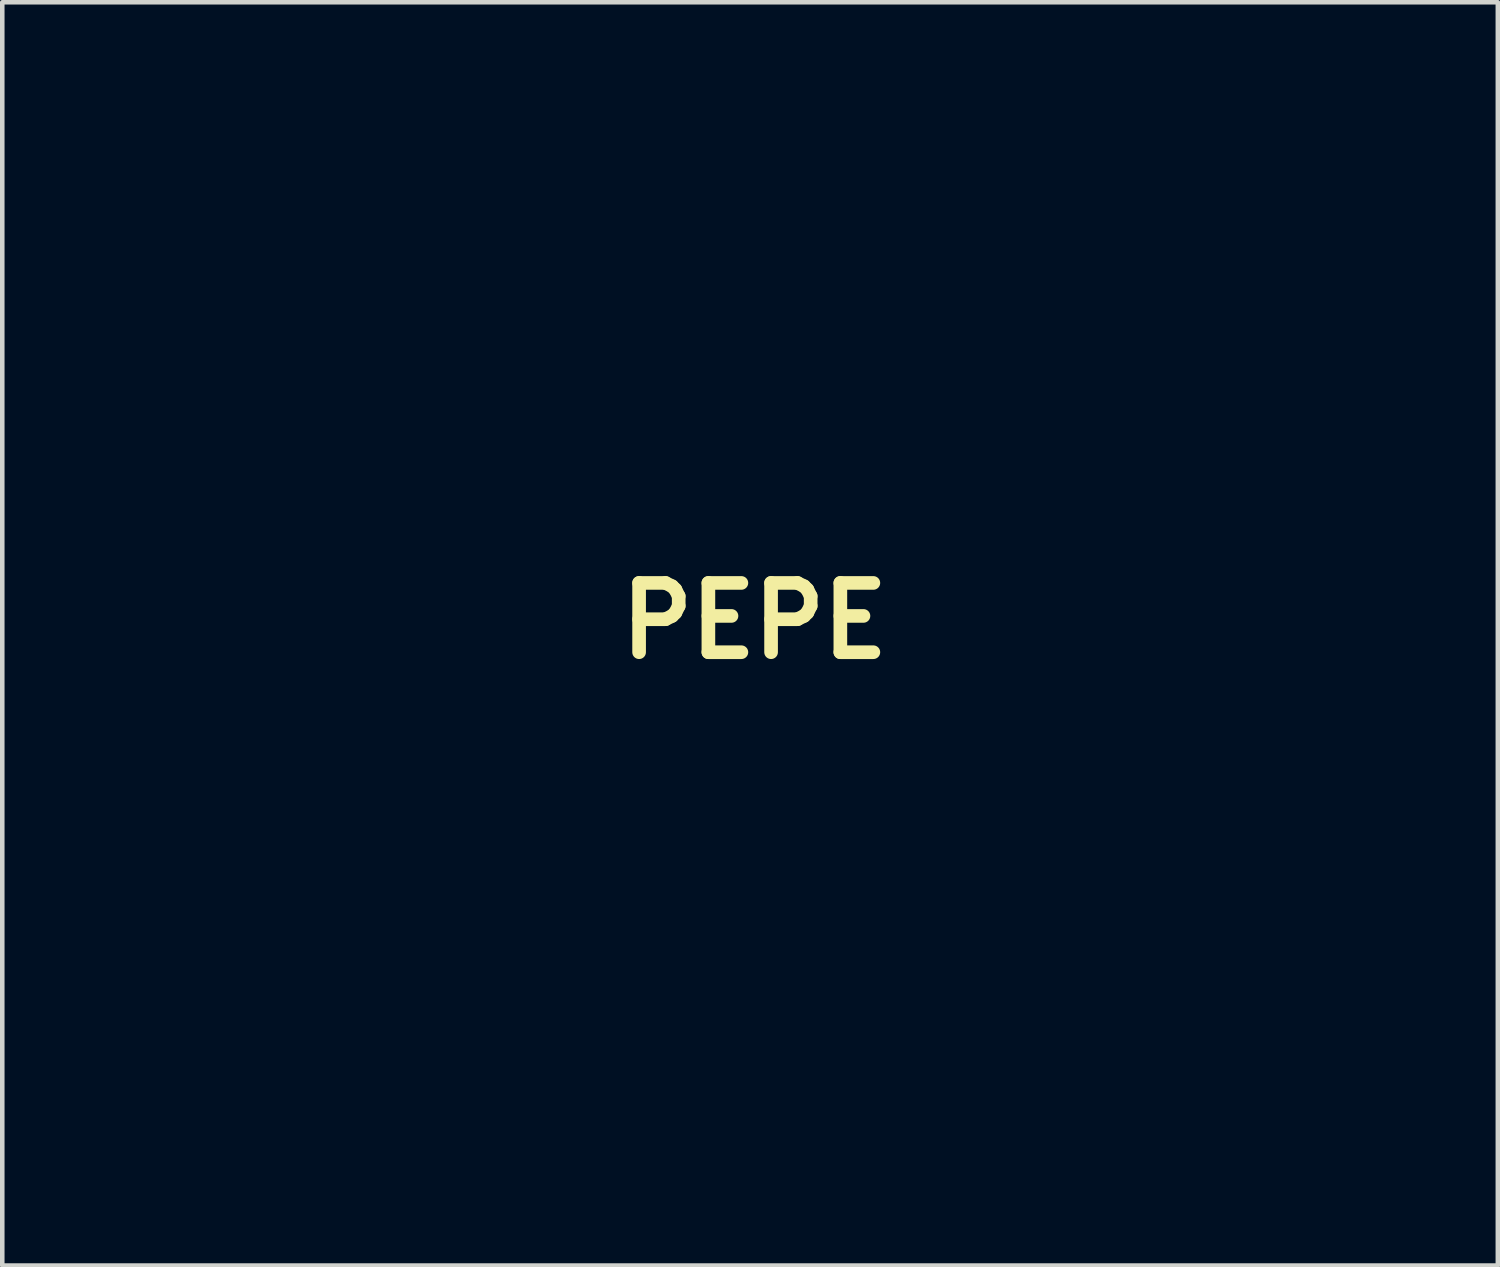
<source format=kicad_pcb>
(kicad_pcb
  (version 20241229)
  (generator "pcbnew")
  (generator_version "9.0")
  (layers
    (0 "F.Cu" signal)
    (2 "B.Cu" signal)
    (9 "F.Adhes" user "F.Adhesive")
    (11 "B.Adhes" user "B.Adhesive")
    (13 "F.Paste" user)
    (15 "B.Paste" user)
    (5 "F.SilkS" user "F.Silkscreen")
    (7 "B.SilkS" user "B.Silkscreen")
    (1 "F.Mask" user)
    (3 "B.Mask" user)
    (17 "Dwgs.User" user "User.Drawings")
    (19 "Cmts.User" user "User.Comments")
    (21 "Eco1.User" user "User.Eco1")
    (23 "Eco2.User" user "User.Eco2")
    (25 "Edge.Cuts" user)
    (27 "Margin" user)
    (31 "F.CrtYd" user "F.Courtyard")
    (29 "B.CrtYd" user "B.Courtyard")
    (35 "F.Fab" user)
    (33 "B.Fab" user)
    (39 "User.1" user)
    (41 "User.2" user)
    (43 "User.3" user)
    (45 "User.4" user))
  (footprint "PEPE"
    (layer "F.Cu")
    (at 13.548 10.607)
    (property "Reference" "PEPE" (at 0 0 0) (layer "F.SilkS") (effects (font (size 1.524 1.524) (thickness 0.3))))
    (attr through_hole)
    (fp_poly (pts (xy 3.482 -3.33) (xy 3.487 -3.315) (xy 3.429 -3.309) (xy 3.369 -3.315) (xy 3.376 -3.33) (xy 3.463 -3.336) (xy 3.482 -3.33)) (stroke (width 0.01) (type solid)) (fill no) (layer "Eco2.User"))
    (fp_poly (pts (xy 2.879 -0.26) (xy 2.844 -0.227) (xy 2.758 -0.183) (xy 2.741 -0.176) (xy 2.623 -0.128) (xy 2.469 -0.064) (xy 2.371 -0.023) (xy 2.199 0.045) (xy 1.999 0.12) (xy 1.863 0.168) (xy 1.682 0.236) (xy 1.499 0.313) (xy 1.385 0.368) (xy 1.21 0.447) (xy 1.017 0.517) (xy 0.823 0.573) (xy 0.642 0.613) (xy 0.49 0.632) (xy 0.384 0.629) (xy 0.339 0.598) (xy 0.339 0.593) (xy 0.374 0.555) (xy 0.413 0.547) (xy 0.666 0.514) (xy 0.952 0.439) (xy 1.233 0.333) (xy 1.312 0.296) (xy 1.48 0.221) (xy 1.68 0.141) (xy 1.841 0.084) (xy 2.022 0.022) (xy 2.201 -0.044) (xy 2.328 -0.095) (xy 2.493 -0.162) (xy 2.649 -0.216) (xy 2.777 -0.253) (xy 2.859 -0.268) (xy 2.879 -0.26)) (stroke (width 0.01) (type solid)) (fill no) (layer "Eco2.User"))
    (fp_poly (pts (xy -3.495 -10.596) (xy -3.161 -10.577) (xy -2.847 -10.546) (xy -2.815 -10.542) (xy -2.315 -10.461) (xy -1.88 -10.362) (xy -1.492 -10.238) (xy -1.198 -10.116) (xy -0.994 -10.017) (xy -0.824 -9.922) (xy -0.668 -9.817) (xy -0.507 -9.686) (xy -0.322 -9.517) (xy -0.169 -9.37) (xy 0.191 -9.018) (xy 0.318 -9.104) (xy 0.437 -9.176) (xy 0.584 -9.252) (xy 0.635 -9.276) (xy 0.793 -9.348) (xy 0.953 -9.421) (xy 0.995 -9.44) (xy 1.259 -9.557) (xy 1.471 -9.645) (xy 1.656 -9.712) (xy 1.806 -9.759) (xy 2.093 -9.841) (xy 2.351 -9.907) (xy 2.593 -9.959) (xy 2.834 -9.998) (xy 3.087 -10.026) (xy 3.366 -10.044) (xy 3.685 -10.053) (xy 4.058 -10.056) (xy 4.498 -10.052) (xy 4.614 -10.051) (xy 4.999 -10.045) (xy 5.311 -10.04) (xy 5.562 -10.035) (xy 5.766 -10.028) (xy 5.934 -10.021) (xy 6.078 -10.011) (xy 6.21 -9.998) (xy 6.343 -9.982) (xy 6.49 -9.961) (xy 6.548 -9.953) (xy 6.788 -9.908) (xy 7.071 -9.84) (xy 7.379 -9.752) (xy 7.696 -9.652) (xy 8.008 -9.545) (xy 8.296 -9.435) (xy 8.547 -9.329) (xy 8.742 -9.232) (xy 8.841 -9.17) (xy 9.013 -9.01) (xy 9.172 -8.803) (xy 9.305 -8.572) (xy 9.399 -8.341) (xy 9.44 -8.133) (xy 9.44 -8.105) (xy 9.45 -7.984) (xy 9.475 -7.817) (xy 9.509 -7.647) (xy 9.557 -7.434) (xy 9.594 -7.289) (xy 9.625 -7.202) (xy 9.656 -7.157) (xy 9.696 -7.142) (xy 9.75 -7.145) (xy 9.766 -7.146) (xy 9.865 -7.145) (xy 10.02 -7.13) (xy 10.202 -7.105) (xy 10.267 -7.094) (xy 10.582 -7.019) (xy 10.872 -6.913) (xy 11.12 -6.783) (xy 11.31 -6.638) (xy 11.396 -6.536) (xy 11.498 -6.408) (xy 11.614 -6.296) (xy 11.651 -6.268) (xy 11.79 -6.142) (xy 11.953 -5.941) (xy 12.136 -5.67) (xy 12.336 -5.335) (xy 12.343 -5.323) (xy 12.445 -5.148) (xy 12.522 -5.033) (xy 12.587 -4.964) (xy 12.655 -4.925) (xy 12.7 -4.91) (xy 12.84 -4.863) (xy 12.925 -4.807) (xy 12.985 -4.715) (xy 13.016 -4.645) (xy 13.049 -4.527) (xy 13.074 -4.367) (xy 13.088 -4.193) (xy 13.091 -4.03) (xy 13.08 -3.906) (xy 13.064 -3.859) (xy 13.061 -3.788) (xy 13.099 -3.704) (xy 13.242 -3.413) (xy 13.326 -3.079) (xy 13.344 -2.837) (xy 13.339 -2.643) (xy 13.315 -2.49) (xy 13.26 -2.333) (xy 13.216 -2.232) (xy 13.138 -2.073) (xy 13.06 -1.93) (xy 12.998 -1.834) (xy 12.997 -1.833) (xy 12.948 -1.752) (xy 12.943 -1.7) (xy 12.946 -1.697) (xy 13.011 -1.619) (xy 13.062 -1.499) (xy 13.081 -1.387) (xy 13.044 -1.282) (xy 12.938 -1.154) (xy 12.772 -1.012) (xy 12.642 -0.919) (xy 12.521 -0.821) (xy 12.42 -0.71) (xy 12.399 -0.68) (xy 12.262 -0.527) (xy 12.063 -0.4) (xy 11.894 -0.334) (xy 11.744 -0.288) (xy 11.761 -0.024) (xy 11.767 0.119) (xy 11.754 0.215) (xy 11.708 0.29) (xy 11.616 0.367) (xy 11.488 0.454) (xy 11.445 0.486) (xy 11.47 0.484) (xy 11.528 0.465) (xy 11.649 0.438) (xy 11.797 0.424) (xy 11.83 0.423) (xy 11.979 0.448) (xy 12.081 0.526) (xy 12.145 0.669) (xy 12.174 0.861) (xy 12.155 1.113) (xy 12.061 1.348) (xy 11.902 1.554) (xy 11.69 1.721) (xy 11.433 1.835) (xy 11.327 1.862) (xy 11.179 1.885) (xy 10.985 1.907) (xy 10.782 1.922) (xy 10.753 1.924) (xy 10.585 1.932) (xy 10.451 1.94) (xy 10.371 1.944) (xy 10.36 1.945) (xy 10.345 1.981) (xy 10.353 2.049) (xy 10.348 2.18) (xy 10.287 2.316) (xy 10.189 2.421) (xy 10.153 2.442) (xy 9.997 2.509) (xy 9.846 2.554) (xy 9.675 2.58) (xy 9.456 2.595) (xy 9.353 2.598) (xy 9.153 2.605) (xy 9.019 2.615) (xy 8.93 2.633) (xy 8.865 2.665) (xy 8.806 2.714) (xy 8.782 2.737) (xy 8.702 2.827) (xy 8.592 2.965) (xy 8.471 3.128) (xy 8.405 3.22) (xy 8.276 3.401) (xy 8.142 3.582) (xy 8.025 3.736) (xy 7.983 3.789) (xy 7.86 3.929) (xy 7.709 4.087) (xy 7.545 4.246) (xy 7.386 4.391) (xy 7.249 4.505) (xy 7.152 4.572) (xy 7.15 4.573) (xy 7.058 4.626) (xy 6.928 4.703) (xy 6.837 4.761) (xy 6.681 4.86) (xy 6.519 4.962) (xy 6.446 5.009) (xy 6.331 5.096) (xy 6.296 5.17) (xy 6.341 5.242) (xy 6.453 5.317) (xy 6.631 5.42) (xy 6.833 5.541) (xy 7.044 5.669) (xy 7.249 5.797) (xy 7.436 5.914) (xy 7.588 6.013) (xy 7.691 6.083) (xy 7.726 6.11) (xy 7.801 6.173) (xy 7.92 6.266) (xy 8.06 6.371) (xy 8.075 6.383) (xy 8.366 6.64) (xy 8.629 6.953) (xy 8.821 7.26) (xy 8.886 7.382) (xy 8.947 7.493) (xy 9.017 7.615) (xy 9.107 7.771) (xy 9.196 7.923) (xy 9.253 8.036) (xy 9.328 8.208) (xy 9.412 8.418) (xy 9.496 8.645) (xy 9.518 8.706) (xy 9.614 8.994) (xy 9.687 9.254) (xy 9.739 9.505) (xy 9.773 9.765) (xy 9.791 10.054) (xy 9.795 10.388) (xy 9.789 10.788) (xy 9.789 10.806) (xy 9.781 10.989) (xy 9.768 11.103) (xy 9.747 11.16) (xy 9.715 11.176) (xy 9.691 11.165) (xy 9.674 11.126) (xy 9.664 11.046) (xy 9.659 10.914) (xy 9.659 10.718) (xy 9.662 10.509) (xy 9.664 10.118) (xy 9.654 9.798) (xy 9.632 9.534) (xy 9.596 9.314) (xy 9.545 9.124) (xy 9.52 9.053) (xy 9.462 8.894) (xy 9.393 8.698) (xy 9.33 8.513) (xy 9.268 8.355) (xy 9.176 8.149) (xy 9.064 7.921) (xy 8.945 7.697) (xy 8.93 7.671) (xy 8.825 7.482) (xy 8.737 7.32) (xy 8.672 7.199) (xy 8.639 7.133) (xy 8.636 7.125) (xy 8.611 7.075) (xy 8.546 6.985) (xy 8.461 6.877) (xy 8.371 6.772) (xy 8.298 6.696) (xy 8.169 6.587) (xy 7.991 6.447) (xy 7.783 6.292) (xy 7.566 6.136) (xy 7.362 5.996) (xy 7.192 5.886) (xy 7.154 5.863) (xy 6.927 5.726) (xy 6.713 5.591) (xy 6.524 5.467) (xy 6.377 5.363) (xy 6.283 5.289) (xy 6.264 5.269) (xy 6.225 5.238) (xy 6.181 5.253) (xy 6.112 5.325) (xy 6.08 5.364) (xy 5.782 5.701) (xy 5.459 6.014) (xy 5.137 6.278) (xy 5.107 6.3) (xy 4.942 6.42) (xy 4.786 6.537) (xy 4.665 6.632) (xy 4.628 6.662) (xy 4.473 6.78) (xy 4.274 6.912) (xy 4.047 7.049) (xy 3.806 7.183) (xy 3.566 7.306) (xy 3.344 7.41) (xy 3.154 7.487) (xy 3.012 7.53) (xy 2.963 7.535) (xy 2.879 7.549) (xy 2.75 7.584) (xy 2.658 7.614) (xy 2.265 7.74) (xy 1.814 7.863) (xy 1.33 7.978) (xy 0.841 8.077) (xy 0.674 8.106) (xy 0.451 8.143) (xy 0.249 8.174) (xy 0.056 8.199) (xy -0.138 8.218) (xy -0.344 8.233) (xy -0.574 8.244) (xy -0.838 8.252) (xy -1.148 8.256) (xy -1.515 8.259) (xy -1.95 8.259) (xy -2.201 8.259) (xy -2.792 8.257) (xy -3.303 8.252) (xy -3.738 8.243) (xy -4.102 8.231) (xy -4.399 8.215) (xy -4.635 8.194) (xy -4.812 8.17) (xy -4.937 8.141) (xy -4.964 8.132) (xy -5.054 8.108) (xy -5.201 8.078) (xy -5.377 8.05) (xy -5.424 8.043) (xy -5.643 8.01) (xy -5.895 7.966) (xy -6.13 7.921) (xy -6.16 7.915) (xy -6.394 7.871) (xy -6.658 7.827) (xy -6.898 7.793) (xy -6.921 7.79) (xy -7.07 7.771) (xy -7.198 7.751) (xy -7.322 7.727) (xy -7.461 7.694) (xy -7.631 7.648) (xy -7.85 7.586) (xy -8.086 7.517) (xy -8.285 7.459) (xy -8.487 7.401) (xy -8.653 7.354) (xy -8.678 7.346) (xy -8.919 7.275) (xy -9.161 7.195) (xy -9.385 7.114) (xy -9.57 7.039) (xy -9.698 6.978) (xy -9.716 6.967) (xy -9.908 6.846) (xy -10.052 6.758) (xy -10.169 6.69) (xy -10.281 6.63) (xy -10.396 6.571) (xy -10.691 6.401) (xy -10.914 6.222) (xy -11.08 6.021) (xy -11.178 5.842) (xy -11.241 5.684) (xy -11.287 5.538) (xy -11.305 5.44) (xy -11.254 5.44) (xy -11.245 5.484) (xy -11.204 5.585) (xy -11.139 5.723) (xy -11.109 5.784) (xy -10.964 6.029) (xy -10.804 6.214) (xy -10.606 6.362) (xy -10.414 6.464) (xy -10.26 6.543) (xy -10.074 6.646) (xy -9.892 6.753) (xy -9.877 6.762) (xy -9.654 6.882) (xy -9.377 7.006) (xy -9.074 7.122) (xy -8.777 7.219) (xy -8.7 7.24) (xy -8.601 7.268) (xy -8.448 7.312) (xy -8.271 7.364) (xy -8.213 7.381) (xy -8.03 7.434) (xy -7.861 7.479) (xy -7.734 7.509) (xy -7.708 7.514) (xy -7.602 7.536) (xy -7.535 7.557) (xy -7.532 7.559) (xy -7.473 7.577) (xy -7.35 7.604) (xy -7.186 7.635) (xy -7.001 7.668) (xy -6.816 7.697) (xy -6.651 7.72) (xy -6.604 7.726) (xy -6.446 7.748) (xy -6.302 7.774) (xy -6.244 7.789) (xy -6.17 7.808) (xy -6.081 7.828) (xy -5.962 7.849) (xy -5.798 7.875) (xy -5.576 7.908) (xy -5.376 7.936) (xy -5.225 7.962) (xy -5.042 7.999) (xy -4.932 8.023) (xy -4.738 8.063) (xy -4.526 8.097) (xy -4.424 8.11) (xy -4.287 8.126) (xy -4.189 8.141) (xy -4.154 8.151) (xy -4.11 8.154) (xy -3.99 8.158) (xy -3.802 8.16) (xy -3.557 8.163) (xy -3.262 8.165) (xy -2.926 8.166) (xy -2.558 8.167) (xy -2.334 8.168) (xy -1.878 8.168) (xy -1.497 8.166) (xy -1.179 8.164) (xy -0.915 8.159) (xy -0.694 8.153) (xy -0.506 8.144) (xy -0.34 8.131) (xy -0.185 8.116) (xy -0.033 8.097) (xy 0.064 8.084) (xy 0.443 8.025) (xy 0.828 7.959) (xy 1.2 7.888) (xy 1.538 7.817) (xy 1.825 7.75) (xy 1.99 7.705) (xy 2.322 7.607) (xy 2.585 7.529) (xy 2.791 7.468) (xy 2.951 7.419) (xy 3.079 7.379) (xy 3.187 7.344) (xy 3.275 7.314) (xy 3.515 7.219) (xy 3.793 7.086) (xy 4.079 6.93) (xy 4.246 6.829) (xy 4.368 6.747) (xy 4.534 6.629) (xy 4.728 6.485) (xy 4.935 6.328) (xy 5.139 6.169) (xy 5.326 6.021) (xy 5.479 5.896) (xy 5.584 5.804) (xy 5.603 5.786) (xy 5.706 5.677) (xy 5.816 5.551) (xy 5.92 5.425) (xy 6.002 5.318) (xy 6.048 5.248) (xy 6.054 5.234) (xy 6.019 5.238) (xy 5.927 5.275) (xy 5.796 5.336) (xy 5.756 5.356) (xy 5.566 5.447) (xy 5.361 5.538) (xy 5.195 5.605) (xy 5.051 5.66) (xy 4.854 5.734) (xy 4.63 5.819) (xy 4.404 5.905) (xy 4.403 5.905) (xy 3.718 6.143) (xy 3.015 6.347) (xy 2.316 6.513) (xy 1.645 6.634) (xy 1.228 6.687) (xy 1.031 6.703) (xy 0.767 6.719) (xy 0.446 6.733) (xy 0.076 6.747) (xy -0.336 6.76) (xy -0.78 6.771) (xy -1.249 6.782) (xy -1.734 6.791) (xy -2.227 6.798) (xy -2.72 6.804) (xy -3.203 6.808) (xy -3.669 6.811) (xy -4.11 6.812) (xy -4.517 6.811) (xy -4.882 6.807) (xy -5.196 6.802) (xy -5.451 6.795) (xy -5.639 6.785) (xy -5.751 6.772) (xy -5.757 6.771) (xy -5.926 6.738) (xy -6.154 6.699) (xy -6.451 6.653) (xy -6.604 6.63) (xy -6.712 6.61) (xy -6.896 6.572) (xy -7.156 6.513) (xy -7.495 6.435) (xy -7.684 6.391) (xy -8.06 6.307) (xy -8.377 6.247) (xy -8.656 6.206) (xy -8.721 6.199) (xy -8.89 6.18) (xy -9.025 6.161) (xy -9.15 6.138) (xy -9.289 6.104) (xy -9.466 6.056) (xy -9.631 6.009) (xy -10.009 5.9) (xy -10.316 5.806) (xy -10.562 5.724) (xy -10.759 5.651) (xy -10.917 5.583) (xy -11.003 5.54) (xy -11.127 5.48) (xy -11.218 5.444) (xy -11.254 5.44) (xy -11.305 5.44) (xy -11.305 5.44) (xy -11.314 5.368) (xy -11.329 5.362) (xy -11.331 5.366) (xy -11.387 5.415) (xy -11.41 5.419) (xy -11.466 5.444) (xy -11.573 5.511) (xy -11.715 5.61) (xy -11.876 5.73) (xy -12.041 5.859) (xy -12.105 5.912) (xy -12.178 5.969) (xy -12.287 6.05) (xy -12.34 6.088) (xy -12.534 6.275) (xy -12.712 6.544) (xy -12.874 6.893) (xy -13.02 7.323) (xy -13.15 7.83) (xy -13.263 8.414) (xy -13.307 8.7) (xy -13.329 8.835) (xy -13.354 8.975) (xy -13.378 9.101) (xy -13.397 9.204) (xy -13.398 9.207) (xy -13.402 9.273) (xy -13.407 9.41) (xy -13.411 9.605) (xy -13.414 9.844) (xy -13.416 10.113) (xy -13.416 10.234) (xy -13.418 10.543) (xy -13.421 10.776) (xy -13.426 10.946) (xy -13.434 11.06) (xy -13.446 11.13) (xy -13.462 11.165) (xy -13.484 11.176) (xy -13.486 11.176) (xy -13.507 11.169) (xy -13.523 11.14) (xy -13.534 11.08) (xy -13.54 10.979) (xy -13.543 10.828) (xy -13.542 10.617) (xy -13.538 10.336) (xy -13.534 10.149) (xy -13.527 9.846) (xy -13.517 9.557) (xy -13.504 9.296) (xy -13.49 9.08) (xy -13.476 8.924) (xy -13.468 8.869) (xy -13.442 8.731) (xy -13.405 8.534) (xy -13.361 8.303) (xy -13.316 8.063) (xy -13.308 8.023) (xy -13.184 7.475) (xy -13.032 7.003) (xy -12.85 6.604) (xy -12.637 6.272) (xy -12.609 6.236) (xy -12.527 6.151) (xy -12.401 6.037) (xy -12.244 5.905) (xy -12.072 5.768) (xy -11.898 5.636) (xy -11.738 5.521) (xy -11.605 5.433) (xy -11.515 5.383) (xy -11.49 5.376) (xy -11.446 5.371) (xy -11.44 5.348) (xy -11.481 5.295) (xy -11.574 5.203) (xy -11.641 5.14) (xy -11.863 4.903) (xy -12.048 4.638) (xy -12.199 4.337) (xy -12.316 3.993) (xy -12.404 3.597) (xy -12.463 3.141) (xy -12.498 2.617) (xy -12.508 2.202) (xy -12.508 2.159) (xy -12.382 2.159) (xy -12.38 2.435) (xy -12.376 2.695) (xy -12.369 2.921) (xy -12.36 3.098) (xy -12.35 3.209) (xy -12.348 3.217) (xy -12.293 3.529) (xy -12.246 3.77) (xy -12.206 3.956) (xy -12.169 4.101) (xy -12.132 4.218) (xy -12.116 4.264) (xy -12.033 4.445) (xy -11.919 4.645) (xy -11.793 4.834) (xy -11.673 4.984) (xy -11.633 5.025) (xy -11.517 5.115) (xy -11.348 5.227) (xy -11.15 5.346) (xy -10.947 5.458) (xy -10.764 5.549) (xy -10.631 5.604) (xy -10.321 5.701) (xy -9.993 5.797) (xy -9.665 5.887) (xy -9.353 5.967) (xy -9.075 6.032) (xy -8.848 6.077) (xy -8.73 6.095) (xy -8.458 6.135) (xy -8.123 6.196) (xy -7.72 6.281) (xy -7.243 6.389) (xy -7.133 6.415) (xy -6.945 6.456) (xy -6.717 6.5) (xy -6.493 6.538) (xy -6.456 6.543) (xy -6.229 6.579) (xy -5.981 6.621) (xy -5.762 6.66) (xy -5.736 6.665) (xy -5.649 6.679) (xy -5.547 6.691) (xy -5.422 6.7) (xy -5.268 6.708) (xy -5.076 6.713) (xy -4.839 6.716) (xy -4.55 6.717) (xy -4.202 6.717) (xy -3.787 6.715) (xy -3.298 6.711) (xy -3.069 6.709) (xy -2.593 6.705) (xy -2.11 6.699) (xy -1.633 6.692) (xy -1.175 6.684) (xy -0.749 6.676) (xy -0.366 6.667) (xy -0.04 6.658) (xy 0.216 6.65) (xy 0.257 6.648) (xy 0.621 6.632) (xy 0.912 6.618) (xy 1.141 6.604) (xy 1.32 6.589) (xy 1.46 6.573) (xy 1.572 6.555) (xy 1.668 6.533) (xy 1.714 6.52) (xy 1.839 6.49) (xy 1.992 6.462) (xy 2.032 6.456) (xy 2.257 6.421) (xy 2.466 6.384) (xy 2.673 6.339) (xy 2.893 6.282) (xy 3.141 6.21) (xy 3.433 6.12) (xy 3.783 6.006) (xy 3.958 5.947) (xy 4.42 5.791) (xy 4.814 5.651) (xy 5.155 5.522) (xy 5.458 5.396) (xy 5.736 5.268) (xy 6.004 5.131) (xy 6.275 4.979) (xy 6.565 4.805) (xy 6.668 4.742) (xy 6.829 4.644) (xy 6.983 4.553) (xy 7.099 4.487) (xy 7.112 4.48) (xy 7.24 4.394) (xy 7.402 4.257) (xy 7.583 4.085) (xy 7.766 3.894) (xy 7.935 3.7) (xy 8.073 3.521) (xy 8.234 3.299) (xy 8.391 3.091) (xy 8.534 2.91) (xy 8.656 2.766) (xy 8.746 2.671) (xy 8.789 2.638) (xy 8.827 2.6) (xy 8.794 2.552) (xy 8.699 2.501) (xy 8.56 2.458) (xy 8.366 2.416) (xy 8.168 2.383) (xy 7.951 2.357) (xy 7.705 2.338) (xy 7.415 2.325) (xy 7.07 2.317) (xy 6.657 2.312) (xy 6.519 2.311) (xy 5.609 2.307) (xy 5.038 2.471) (xy 4.759 2.55) (xy 4.441 2.639) (xy 4.126 2.727) (xy 3.895 2.79) (xy 3.675 2.853) (xy 3.475 2.914) (xy 3.313 2.967) (xy 3.21 3.007) (xy 3.196 3.013) (xy 3.092 3.056) (xy 2.936 3.104) (xy 2.763 3.149) (xy 2.752 3.151) (xy 2.579 3.193) (xy 2.357 3.252) (xy 2.116 3.318) (xy 1.926 3.373) (xy 1.404 3.517) (xy 0.911 3.627) (xy 0.419 3.71) (xy -0.1 3.769) (xy -0.673 3.808) (xy -0.699 3.81) (xy -1.238 3.833) (xy -1.7 3.845) (xy -2.091 3.844) (xy -2.418 3.83) (xy -2.689 3.8) (xy -2.909 3.755) (xy -3.085 3.692) (xy -3.224 3.612) (xy -3.333 3.512) (xy -3.419 3.393) (xy -3.472 3.294) (xy -3.507 3.198) (xy -3.529 3.083) (xy -3.542 2.925) (xy -3.55 2.738) (xy -3.55 2.668) (xy -3.449 2.668) (xy -3.447 2.896) (xy -3.44 3.057) (xy -3.427 3.171) (xy -3.403 3.254) (xy -3.368 3.327) (xy -3.355 3.349) (xy -3.283 3.446) (xy -3.194 3.521) (xy -3.073 3.581) (xy -2.901 3.633) (xy -2.663 3.685) (xy -2.646 3.689) (xy -2.4 3.724) (xy -2.082 3.744) (xy -1.69 3.749) (xy -1.22 3.739) (xy -0.671 3.715) (xy -0.423 3.701) (xy -0.123 3.681) (xy 0.106 3.66) (xy 0.279 3.636) (xy 0.408 3.609) (xy 0.445 3.599) (xy 0.55 3.574) (xy 0.706 3.545) (xy 0.881 3.518) (xy 0.889 3.517) (xy 1.052 3.488) (xy 1.269 3.439) (xy 1.512 3.376) (xy 1.755 3.307) (xy 1.778 3.3) (xy 2.016 3.23) (xy 2.256 3.164) (xy 2.469 3.109) (xy 2.632 3.072) (xy 2.646 3.069) (xy 2.849 3.02) (xy 3.068 2.953) (xy 3.21 2.901) (xy 3.384 2.836) (xy 3.562 2.779) (xy 3.676 2.75) (xy 3.826 2.716) (xy 4.01 2.667) (xy 4.149 2.628) (xy 4.308 2.581) (xy 4.518 2.521) (xy 4.746 2.457) (xy 4.889 2.417) (xy 5.088 2.361) (xy 5.267 2.31) (xy 5.404 2.27) (xy 5.469 2.249) (xy 5.578 2.229) (xy 5.757 2.216) (xy 5.994 2.208) (xy 6.274 2.206) (xy 6.586 2.21) (xy 6.915 2.217) (xy 7.248 2.23) (xy 7.572 2.246) (xy 7.873 2.265) (xy 8.137 2.288) (xy 8.353 2.313) (xy 8.505 2.34) (xy 8.531 2.347) (xy 8.755 2.409) (xy 8.936 2.448) (xy 9.107 2.467) (xy 9.306 2.473) (xy 9.408 2.472) (xy 9.66 2.457) (xy 9.876 2.419) (xy 10.044 2.365) (xy 10.15 2.296) (xy 10.177 2.252) (xy 10.221 2.067) (xy 10.232 1.931) (xy 10.211 1.855) (xy 10.196 1.845) (xy 10.141 1.84) (xy 10.011 1.833) (xy 9.82 1.826) (xy 9.578 1.819) (xy 9.297 1.812) (xy 8.987 1.805) (xy 8.932 1.804) (xy 8.561 1.796) (xy 8.26 1.788) (xy 8.013 1.777) (xy 7.805 1.762) (xy 7.622 1.741) (xy 7.448 1.712) (xy 7.269 1.673) (xy 7.069 1.623) (xy 6.833 1.561) (xy 6.816 1.556) (xy 6.615 1.512) (xy 6.376 1.48) (xy 6.082 1.459) (xy 5.863 1.45) (xy 5.589 1.444) (xy 5.369 1.445) (xy 5.173 1.458) (xy 4.971 1.482) (xy 4.732 1.522) (xy 4.628 1.541) (xy 4.213 1.63) (xy 3.867 1.729) (xy 3.685 1.798) (xy 3.488 1.879) (xy 3.25 1.97) (xy 3.01 2.058) (xy 2.91 2.093) (xy 2.701 2.165) (xy 2.494 2.238) (xy 2.319 2.301) (xy 2.244 2.33) (xy 1.902 2.459) (xy 1.618 2.56) (xy 1.374 2.636) (xy 1.149 2.691) (xy 0.924 2.729) (xy 0.68 2.754) (xy 0.397 2.77) (xy 0.055 2.781) (xy -0.032 2.784) (xy -0.361 2.79) (xy -0.613 2.792) (xy -0.793 2.789) (xy -0.908 2.781) (xy -0.965 2.768) (xy -0.974 2.758) (xy -0.94 2.735) (xy -0.836 2.72) (xy -0.657 2.71) (xy -0.434 2.707) (xy -0.078 2.704) (xy 0.226 2.696) (xy 0.494 2.68) (xy 0.739 2.654) (xy 0.976 2.613) (xy 1.221 2.557) (xy 1.486 2.48) (xy 1.789 2.381) (xy 2.142 2.257) (xy 2.519 2.12) (xy 2.706 2.053) (xy 2.866 1.998) (xy 2.982 1.961) (xy 3.033 1.948) (xy 3.089 1.932) (xy 3.205 1.887) (xy 3.364 1.821) (xy 3.548 1.741) (xy 3.885 1.606) (xy 4.219 1.503) (xy 4.566 1.43) (xy 4.947 1.383) (xy 5.378 1.359) (xy 5.732 1.355) (xy 6.019 1.356) (xy 6.24 1.361) (xy 6.415 1.372) (xy 6.562 1.39) (xy 6.7 1.416) (xy 6.849 1.453) (xy 6.85 1.454) (xy 7.103 1.521) (xy 7.321 1.575) (xy 7.517 1.617) (xy 7.708 1.65) (xy 7.907 1.675) (xy 8.131 1.694) (xy 8.395 1.71) (xy 8.713 1.724) (xy 9.1 1.737) (xy 9.102 1.737) (xy 9.432 1.749) (xy 9.746 1.761) (xy 10.03 1.773) (xy 10.273 1.784) (xy 10.459 1.794) (xy 10.576 1.802) (xy 10.589 1.803) (xy 10.818 1.807) (xy 11.072 1.781) (xy 11.324 1.729) (xy 11.545 1.658) (xy 11.705 1.576) (xy 11.883 1.401) (xy 12.001 1.17) (xy 12.054 0.91) (xy 12.056 0.747) (xy 12.024 0.635) (xy 11.951 0.569) (xy 11.829 0.549) (xy 11.65 0.572) (xy 11.405 0.635) (xy 11.284 0.672) (xy 11.133 0.718) (xy 11.008 0.752) (xy 10.891 0.776) (xy 10.765 0.791) (xy 10.611 0.799) (xy 10.413 0.803) (xy 10.153 0.804) (xy 10.056 0.804) (xy 9.665 0.799) (xy 9.352 0.786) (xy 9.119 0.765) (xy 9.003 0.745) (xy 8.88 0.723) (xy 8.718 0.709) (xy 8.507 0.701) (xy 8.234 0.699) (xy 7.889 0.703) (xy 7.86 0.704) (xy 7.301 0.715) (xy 6.818 0.729) (xy 6.399 0.745) (xy 6.036 0.764) (xy 5.719 0.789) (xy 5.438 0.818) (xy 5.184 0.855) (xy 4.946 0.899) (xy 4.715 0.951) (xy 4.481 1.013) (xy 4.306 1.064) (xy 4.096 1.129) (xy 3.909 1.189) (xy 3.764 1.239) (xy 3.679 1.273) (xy 3.672 1.276) (xy 3.559 1.318) (xy 3.451 1.339) (xy 3.323 1.359) (xy 3.175 1.39) (xy 3.154 1.395) (xy 3.05 1.419) (xy 2.947 1.439) (xy 2.833 1.455) (xy 2.701 1.469) (xy 2.539 1.479) (xy 2.339 1.488) (xy 2.09 1.495) (xy 1.784 1.502) (xy 1.41 1.508) (xy 1.058 1.512) (xy 0.602 1.517) (xy 0.221 1.52) (xy -0.093 1.519) (xy -0.348 1.514) (xy -0.554 1.507) (xy -0.719 1.496) (xy -0.852 1.481) (xy -0.889 1.476) (xy -1.065 1.455) (xy -1.299 1.437) (xy -1.563 1.425) (xy -1.831 1.419) (xy -1.908 1.419) (xy -2.567 1.419) (xy -2.892 1.579) (xy -3.065 1.671) (xy -3.182 1.75) (xy -3.266 1.837) (xy -3.333 1.939) (xy -3.382 2.027) (xy -3.415 2.107) (xy -3.435 2.198) (xy -3.445 2.32) (xy -3.449 2.492) (xy -3.449 2.668) (xy -3.55 2.668) (xy -3.551 2.433) (xy -3.53 2.196) (xy -3.483 2.011) (xy -3.407 1.863) (xy -3.351 1.792) (xy -3.189 1.648) (xy -2.977 1.513) (xy -2.75 1.405) (xy -2.609 1.36) (xy -2.464 1.338) (xy -2.254 1.323) (xy -1.999 1.316) (xy -1.72 1.316) (xy -1.435 1.324) (xy -1.164 1.339) (xy -0.927 1.36) (xy -0.783 1.381) (xy -0.629 1.402) (xy -0.429 1.418) (xy -0.174 1.429) (xy 0.144 1.435) (xy 0.535 1.438) (xy 0.741 1.438) (xy 1.244 1.434) (xy 1.676 1.427) (xy 2.051 1.413) (xy 2.382 1.391) (xy 2.683 1.359) (xy 2.968 1.316) (xy 3.249 1.26) (xy 3.542 1.188) (xy 3.86 1.099) (xy 4.215 0.992) (xy 4.257 0.979) (xy 4.553 0.89) (xy 4.798 0.825) (xy 5.022 0.777) (xy 5.254 0.74) (xy 5.522 0.709) (xy 5.57 0.704) (xy 5.837 0.681) (xy 6.151 0.661) (xy 6.501 0.645) (xy 6.873 0.632) (xy 7.254 0.623) (xy 7.632 0.617) (xy 7.995 0.615) (xy 8.329 0.618) (xy 8.621 0.624) (xy 8.86 0.635) (xy 9.032 0.651) (xy 9.081 0.658) (xy 9.238 0.68) (xy 9.451 0.697) (xy 9.701 0.709) (xy 9.971 0.716) (xy 10.241 0.717) (xy 10.493 0.713) (xy 10.709 0.703) (xy 10.869 0.688) (xy 10.931 0.676) (xy 11.041 0.63) (xy 11.067 0.578) (xy 11.065 0.574) (xy 11.086 0.52) (xy 11.191 0.468) (xy 11.205 0.463) (xy 11.42 0.372) (xy 11.598 0.255) (xy 11.631 0.226) (xy 11.664 0.157) (xy 11.682 0.047) (xy 11.684 -0.076) (xy 11.671 -0.183) (xy 11.643 -0.247) (xy 11.626 -0.254) (xy 11.564 -0.24) (xy 11.443 -0.202) (xy 11.282 -0.146) (xy 11.171 -0.105) (xy 10.798 0.011) (xy 10.365 0.104) (xy 9.896 0.171) (xy 9.413 0.207) (xy 9.15 0.213) (xy 8.615 0.215) (xy 8.74 0.317) (xy 8.813 0.389) (xy 8.839 0.442) (xy 8.835 0.45) (xy 8.786 0.447) (xy 8.71 0.397) (xy 8.71 0.397) (xy 8.51 0.223) (xy 8.361 0.094) (xy 8.251 0.001) (xy 8.167 -0.068) (xy 8.107 -0.115) (xy 8.034 -0.183) (xy 8.007 -0.229) (xy 8.009 -0.234) (xy 8.053 -0.224) (xy 8.129 -0.17) (xy 8.151 -0.151) (xy 8.235 -0.08) (xy 8.295 -0.044) (xy 8.302 -0.042) (xy 8.353 -0.014) (xy 8.419 0.046) (xy 8.455 0.08) (xy 8.498 0.103) (xy 8.564 0.117) (xy 8.665 0.123) (xy 8.817 0.123) (xy 9.033 0.117) (xy 9.151 0.114) (xy 9.385 0.105) (xy 9.596 0.095) (xy 9.767 0.085) (xy 9.879 0.075) (xy 9.906 0.071) (xy 9.995 0.056) (xy 10.142 0.035) (xy 10.32 0.011) (xy 10.389 0.002) (xy 10.565 -0.024) (xy 10.715 -0.051) (xy 10.813 -0.075) (xy 10.833 -0.082) (xy 10.896 -0.108) (xy 11.023 -0.154) (xy 11.199 -0.214) (xy 11.406 -0.284) (xy 11.501 -0.315) (xy 11.828 -0.43) (xy 12.075 -0.538) (xy 12.244 -0.639) (xy 12.338 -0.735) (xy 12.362 -0.811) (xy 12.397 -0.861) (xy 12.485 -0.934) (xy 12.578 -0.995) (xy 12.742 -1.106) (xy 12.876 -1.225) (xy 12.967 -1.336) (xy 12.996 -1.417) (xy 12.971 -1.488) (xy 12.916 -1.572) (xy 12.835 -1.671) (xy 12.651 -1.569) (xy 12.51 -1.486) (xy 12.377 -1.399) (xy 12.34 -1.372) (xy 12.107 -1.227) (xy 11.813 -1.087) (xy 11.481 -0.96) (xy 11.134 -0.855) (xy 10.797 -0.781) (xy 10.689 -0.764) (xy 10.502 -0.738) (xy 10.274 -0.704) (xy 10.051 -0.669) (xy 10.012 -0.663) (xy 9.832 -0.641) (xy 9.583 -0.62) (xy 9.275 -0.602) (xy 8.922 -0.585) (xy 8.536 -0.571) (xy 8.131 -0.559) (xy 7.718 -0.551) (xy 7.31 -0.545) (xy 6.919 -0.542) (xy 6.56 -0.544) (xy 6.243 -0.549) (xy 5.982 -0.558) (xy 5.789 -0.572) (xy 5.748 -0.576) (xy 5.542 -0.615) (xy 5.289 -0.678) (xy 5.022 -0.757) (xy 4.769 -0.843) (xy 4.564 -0.925) (xy 4.55 -0.932) (xy 4.398 -1) (xy 4.197 -1.086) (xy 3.98 -1.177) (xy 3.849 -1.23) (xy 3.659 -1.308) (xy 3.488 -1.379) (xy 3.357 -1.436) (xy 3.297 -1.464) (xy 3.215 -1.496) (xy 3.166 -1.472) (xy 3.128 -1.409) (xy 3.048 -1.303) (xy 2.915 -1.169) (xy 2.746 -1.024) (xy 2.562 -0.882) (xy 2.381 -0.759) (xy 2.225 -0.672) (xy 1.864 -0.535) (xy 1.441 -0.432) (xy 0.949 -0.362) (xy 0.703 -0.341) (xy 0.449 -0.321) (xy 0.186 -0.297) (xy -0.054 -0.273) (xy -0.239 -0.251) (xy -0.382 -0.239) (xy -0.593 -0.23) (xy -0.858 -0.225) (xy -1.159 -0.222) (xy -1.482 -0.223) (xy -1.809 -0.226) (xy -2.126 -0.233) (xy -2.417 -0.241) (xy -2.665 -0.252) (xy -2.855 -0.266) (xy -2.921 -0.273) (xy -3.175 -0.31) (xy -3.411 -0.349) (xy -3.614 -0.387) (xy -3.771 -0.422) (xy -3.869 -0.452) (xy -3.895 -0.47) (xy -3.887 -0.49) (xy -3.859 -0.502) (xy -3.797 -0.503) (xy -3.69 -0.494) (xy -3.529 -0.473) (xy -3.3 -0.439) (xy -3.154 -0.417) (xy -2.828 -0.377) (xy -2.445 -0.347) (xy -2.023 -0.327) (xy -1.582 -0.317) (xy -1.14 -0.317) (xy -0.715 -0.327) (xy -0.328 -0.348) (xy 0.005 -0.379) (xy 0.148 -0.399) (xy 0.246 -0.411) (xy 0.402 -0.424) (xy 0.59 -0.437) (xy 0.689 -0.443) (xy 0.982 -0.468) (xy 1.289 -0.51) (xy 1.587 -0.563) (xy 1.854 -0.624) (xy 2.068 -0.688) (xy 2.141 -0.717) (xy 2.292 -0.797) (xy 2.472 -0.913) (xy 2.66 -1.049) (xy 2.835 -1.188) (xy 2.975 -1.315) (xy 3.05 -1.4) (xy 3.143 -1.53) (xy 3.026 -1.652) (xy 2.909 -1.774) (xy 2.778 -1.674) (xy 2.661 -1.603) (xy 2.501 -1.529) (xy 2.327 -1.463) (xy 2.169 -1.415) (xy 2.058 -1.397) (xy 1.963 -1.37) (xy 1.895 -1.325) (xy 1.823 -1.282) (xy 1.786 -1.293) (xy 1.736 -1.304) (xy 1.609 -1.314) (xy 1.412 -1.323) (xy 1.152 -1.329) (xy 0.837 -1.333) (xy 0.487 -1.335) (xy 0.123 -1.335) (xy -0.17 -1.337) (xy -0.403 -1.34) (xy -0.589 -1.347) (xy -0.743 -1.356) (xy -0.875 -1.371) (xy -0.999 -1.39) (xy -1.129 -1.415) (xy -1.275 -1.448) (xy -1.3 -1.453) (xy -1.782 -1.578) (xy -2.224 -1.721) (xy -2.608 -1.878) (xy -2.752 -1.948) (xy -2.992 -2.068) (xy -3.24 -2.183) (xy -3.469 -2.283) (xy -3.657 -2.356) (xy -3.702 -2.371) (xy -3.934 -2.467) (xy -4.202 -2.614) (xy -4.487 -2.796) (xy -4.769 -3.001) (xy -5.028 -3.216) (xy -5.245 -3.427) (xy -5.259 -3.441) (xy -5.429 -3.615) (xy -5.62 -3.792) (xy -5.804 -3.945) (xy -5.893 -4.01) (xy -6.052 -4.116) (xy -6.171 -4.182) (xy -6.28 -4.218) (xy -6.404 -4.236) (xy -6.478 -4.242) (xy -6.636 -4.257) (xy -6.648 -4.26) (xy -6.092 -4.26) (xy -6.048 -4.211) (xy -5.933 -4.127) (xy -5.872 -4.087) (xy -5.745 -3.994) (xy -5.598 -3.873) (xy -5.443 -3.736) (xy -5.296 -3.598) (xy -5.171 -3.47) (xy -5.08 -3.366) (xy -5.039 -3.3) (xy -5.038 -3.293) (xy -5.004 -3.257) (xy -4.912 -3.187) (xy -4.778 -3.092) (xy -4.615 -2.982) (xy -4.438 -2.867) (xy -4.261 -2.756) (xy -4.1 -2.66) (xy -4 -2.604) (xy -3.847 -2.529) (xy -3.657 -2.447) (xy -3.493 -2.383) (xy -3.315 -2.313) (xy -3.101 -2.22) (xy -2.887 -2.12) (xy -2.82 -2.087) (xy -2.639 -1.999) (xy -2.518 -1.95) (xy -2.446 -1.936) (xy -2.439 -1.939) (xy -0.998 -1.939) (xy -0.936 -1.858) (xy -0.93 -1.853) (xy -0.814 -1.79) (xy -0.705 -1.784) (xy -0.629 -1.832) (xy -0.614 -1.863) (xy -0.605 -1.993) (xy -0.66 -2.093) (xy -0.732 -2.133) (xy -0.867 -2.157) (xy -0.947 -2.133) (xy -0.99 -2.056) (xy -0.993 -2.043) (xy -0.998 -1.939) (xy -2.439 -1.939) (xy -2.41 -1.951) (xy -2.408 -1.954) (xy -2.394 -2.017) (xy -2.382 -2.146) (xy -2.38 -2.181) (xy 0.851 -2.181) (xy 0.875 -2.067) (xy 0.952 -1.974) (xy 0.983 -1.956) (xy 1.122 -1.916) (xy 1.222 -1.95) (xy 1.284 -2.059) (xy 1.285 -2.062) (xy 1.294 -2.213) (xy 1.239 -2.332) (xy 1.132 -2.402) (xy 1.056 -2.413) (xy 0.945 -2.379) (xy 0.876 -2.294) (xy 0.851 -2.181) (xy -2.38 -2.181) (xy -2.374 -2.32) (xy -2.371 -2.51) (xy -2.37 -2.728) (xy -2.363 -2.88) (xy -2.349 -2.986) (xy -2.324 -3.064) (xy -2.286 -3.135) (xy -2.269 -3.16) (xy -2.203 -3.238) (xy -1.197 -3.238) (xy -1.177 -3.098) (xy -1.115 -2.984) (xy -0.992 -2.895) (xy -0.8 -2.828) (xy -0.66 -2.797) (xy -0.51 -2.793) (xy -0.414 -2.844) (xy -0.381 -2.941) (xy -0.42 -3.042) (xy -0.526 -3.153) (xy -0.687 -3.26) (xy -0.724 -3.279) (xy -0.923 -3.36) (xy -1.069 -3.38) (xy -1.162 -3.339) (xy -1.197 -3.238) (xy -2.203 -3.238) (xy -2.193 -3.25) (xy -2.083 -3.358) (xy -1.956 -3.467) (xy -1.834 -3.561) (xy -1.737 -3.624) (xy -1.69 -3.641) (xy -1.635 -3.657) (xy -1.528 -3.7) (xy -1.422 -3.747) (xy -1.237 -3.813) (xy -0.985 -3.877) (xy -0.683 -3.936) (xy -0.348 -3.986) (xy 0.003 -4.025) (xy 0.318 -4.048) (xy 0.534 -4.059) (xy 0.69 -4.062) (xy 0.809 -4.054) (xy 0.914 -4.032) (xy 1.03 -3.993) (xy 1.164 -3.94) (xy 1.335 -3.865) (xy 1.487 -3.786) (xy 1.593 -3.717) (xy 1.61 -3.702) (xy 1.711 -3.577) (xy 1.818 -3.398) (xy 1.917 -3.193) (xy 1.995 -2.99) (xy 2.03 -2.857) (xy 2.059 -2.711) (xy 2.086 -2.582) (xy 2.094 -2.54) (xy 2.136 -2.276) (xy 2.148 -2.031) (xy 2.13 -1.825) (xy 2.101 -1.72) (xy 2.058 -1.615) (xy 2.034 -1.549) (xy 2.032 -1.54) (xy 2.068 -1.523) (xy 2.162 -1.529) (xy 2.289 -1.555) (xy 2.413 -1.591) (xy 2.565 -1.657) (xy 2.709 -1.739) (xy 2.741 -1.762) (xy 2.82 -1.83) (xy 3.018 -1.83) (xy 3.041 -1.769) (xy 3.072 -1.732) (xy 3.158 -1.673) (xy 3.226 -1.666) (xy 3.29 -1.659) (xy 3.302 -1.63) (xy 3.34 -1.575) (xy 3.441 -1.505) (xy 3.588 -1.432) (xy 3.764 -1.364) (xy 3.789 -1.356) (xy 3.897 -1.316) (xy 4.059 -1.25) (xy 4.249 -1.169) (xy 4.403 -1.101) (xy 4.907 -0.902) (xy 5.409 -0.755) (xy 5.785 -0.681) (xy 5.901 -0.67) (xy 6.073 -0.66) (xy 6.286 -0.652) (xy 6.526 -0.646) (xy 6.778 -0.642) (xy 7.027 -0.64) (xy 7.259 -0.64) (xy 7.458 -0.643) (xy 7.61 -0.648) (xy 7.7 -0.656) (xy 7.717 -0.662) (xy 7.72 -0.714) (xy 7.692 -0.81) (xy 7.683 -0.833) (xy 7.647 -0.931) (xy 7.65 -0.979) (xy 7.685 -1.001) (xy 7.737 -1.058) (xy 7.747 -1.105) (xy 7.771 -1.171) (xy 7.802 -1.185) (xy 7.839 -1.221) (xy 7.905 -1.321) (xy 7.988 -1.463) (xy 9.25 -1.463) (xy 9.282 -1.474) (xy 9.295 -1.484) (xy 9.347 -1.545) (xy 9.351 -1.556) (xy 10.469 -1.556) (xy 10.501 -1.462) (xy 10.511 -1.451) (xy 10.609 -1.393) (xy 10.749 -1.353) (xy 10.886 -1.34) (xy 10.934 -1.347) (xy 11.005 -1.395) (xy 11.073 -1.487) (xy 11.076 -1.492) (xy 11.122 -1.67) (xy 11.115 -1.76) (xy 11.081 -1.867) (xy 11.036 -1.933) (xy 10.993 -1.942) (xy 10.974 -1.912) (xy 10.925 -1.878) (xy 10.827 -1.863) (xy 10.821 -1.863) (xy 10.689 -1.834) (xy 10.577 -1.761) (xy 10.499 -1.662) (xy 10.469 -1.556) (xy 9.351 -1.556) (xy 9.356 -1.572) (xy 9.336 -1.61) (xy 9.296 -1.592) (xy 9.26 -1.529) (xy 9.258 -1.522) (xy 9.25 -1.463) (xy 7.988 -1.463) (xy 7.993 -1.471) (xy 8.095 -1.66) (xy 8.168 -1.803) (xy 8.279 -2.019) (xy 8.385 -2.214) (xy 8.478 -2.372) (xy 8.547 -2.479) (xy 8.574 -2.512) (xy 8.659 -2.606) (xy 8.751 -2.726) (xy 9.507 -2.726) (xy 9.542 -2.663) (xy 9.643 -2.602) (xy 9.716 -2.571) (xy 9.843 -2.521) (xy 9.907 -2.509) (xy 9.925 -2.542) (xy 9.91 -2.626) (xy 9.905 -2.649) (xy 9.84 -2.818) (xy 9.74 -2.927) (xy 9.622 -2.963) (xy 9.554 -2.949) (xy 9.546 -2.922) (xy 9.549 -2.855) (xy 9.53 -2.803) (xy 9.507 -2.726) (xy 8.751 -2.726) (xy 8.754 -2.729) (xy 8.778 -2.765) (xy 8.921 -2.94) (xy 9.113 -3.1) (xy 9.366 -3.256) (xy 9.52 -3.335) (xy 9.676 -3.41) (xy 9.797 -3.456) (xy 9.915 -3.481) (xy 10.06 -3.49) (xy 10.242 -3.492) (xy 10.539 -3.485) (xy 10.767 -3.461) (xy 10.943 -3.416) (xy 11.082 -3.346) (xy 11.199 -3.245) (xy 11.231 -3.21) (xy 11.406 -2.989) (xy 11.537 -2.767) (xy 11.638 -2.513) (xy 11.71 -2.257) (xy 11.778 -1.929) (xy 11.808 -1.645) (xy 11.799 -1.417) (xy 11.77 -1.294) (xy 11.751 -1.217) (xy 11.777 -1.188) (xy 11.854 -1.207) (xy 11.991 -1.273) (xy 12.044 -1.302) (xy 12.293 -1.445) (xy 12.482 -1.565) (xy 12.604 -1.658) (xy 12.655 -1.72) (xy 12.656 -1.728) (xy 12.681 -1.763) (xy 12.7 -1.757) (xy 12.763 -1.763) (xy 12.844 -1.834) (xy 12.935 -1.955) (xy 13.026 -2.11) (xy 13.109 -2.286) (xy 13.176 -2.465) (xy 13.218 -2.634) (xy 13.227 -2.708) (xy 13.227 -2.873) (xy 13.211 -3.06) (xy 13.2 -3.135) (xy 13.124 -3.419) (xy 13.005 -3.636) (xy 12.833 -3.8) (xy 12.599 -3.922) (xy 12.534 -3.946) (xy 12.451 -3.974) (xy 12.371 -3.996) (xy 12.284 -4.012) (xy 12.178 -4.025) (xy 12.042 -4.033) (xy 11.865 -4.038) (xy 11.637 -4.041) (xy 11.347 -4.043) (xy 10.986 -4.043) (xy 10.516 -4.042) (xy 10.118 -4.037) (xy 9.778 -4.029) (xy 9.483 -4.016) (xy 9.22 -3.999) (xy 8.976 -3.975) (xy 8.738 -3.946) (xy 8.562 -3.92) (xy 8.419 -3.9) (xy 8.25 -3.878) (xy 8.191 -3.87) (xy 8.032 -3.845) (xy 7.835 -3.805) (xy 7.623 -3.755) (xy 7.415 -3.7) (xy 7.232 -3.647) (xy 7.097 -3.6) (xy 7.039 -3.573) (xy 6.963 -3.54) (xy 6.823 -3.494) (xy 6.641 -3.441) (xy 6.434 -3.387) (xy 6.425 -3.385) (xy 6.199 -3.329) (xy 5.977 -3.272) (xy 5.787 -3.222) (xy 5.663 -3.189) (xy 5.452 -3.15) (xy 5.185 -3.134) (xy 4.886 -3.138) (xy 4.581 -3.162) (xy 4.296 -3.203) (xy 4.054 -3.262) (xy 4.03 -3.269) (xy 3.729 -3.371) (xy 3.703 -3.241) (xy 3.673 -3.118) (xy 3.641 -3.027) (xy 3.608 -2.94) (xy 3.563 -2.807) (xy 3.532 -2.709) (xy 3.471 -2.555) (xy 3.378 -2.379) (xy 3.243 -2.168) (xy 3.06 -1.908) (xy 3.053 -1.899) (xy 3.018 -1.83) (xy 2.82 -1.83) (xy 2.827 -1.837) (xy 2.853 -1.894) (xy 2.833 -1.953) (xy 2.806 -2.037) (xy 2.826 -2.066) (xy 2.88 -2.03) (xy 2.896 -2.009) (xy 2.951 -1.956) (xy 3.006 -1.973) (xy 3.02 -1.984) (xy 3.127 -2.105) (xy 3.241 -2.29) (xy 3.352 -2.521) (xy 3.451 -2.778) (xy 3.463 -2.816) (xy 3.537 -3.047) (xy 3.586 -3.211) (xy 3.613 -3.322) (xy 3.62 -3.392) (xy 3.618 -3.399) (xy 3.975 -3.399) (xy 4.03 -3.369) (xy 4.145 -3.334) (xy 4.312 -3.299) (xy 4.35 -3.292) (xy 4.66 -3.25) (xy 4.957 -3.235) (xy 5.258 -3.249) (xy 5.586 -3.293) (xy 5.959 -3.369) (xy 6.201 -3.428) (xy 6.442 -3.491) (xy 6.658 -3.55) (xy 6.836 -3.603) (xy 6.958 -3.643) (xy 7.006 -3.664) (xy 7.101 -3.706) (xy 7.258 -3.759) (xy 7.458 -3.817) (xy 7.68 -3.873) (xy 7.902 -3.924) (xy 8.105 -3.964) (xy 8.234 -3.983) (xy 8.634 -4.029) (xy 8.969 -4.066) (xy 9.257 -4.094) (xy 9.516 -4.115) (xy 9.765 -4.13) (xy 10.022 -4.14) (xy 10.306 -4.145) (xy 10.636 -4.148) (xy 10.995 -4.148) (xy 11.368 -4.148) (xy 11.667 -4.147) (xy 11.904 -4.144) (xy 12.091 -4.138) (xy 12.237 -4.126) (xy 12.354 -4.109) (xy 12.455 -4.084) (xy 12.549 -4.05) (xy 12.647 -4.007) (xy 12.762 -3.952) (xy 12.777 -3.945) (xy 12.884 -3.909) (xy 12.95 -3.929) (xy 12.982 -4.012) (xy 12.984 -4.167) (xy 12.979 -4.243) (xy 12.948 -4.429) (xy 12.897 -4.588) (xy 12.832 -4.706) (xy 12.762 -4.773) (xy 12.694 -4.776) (xy 12.653 -4.737) (xy 12.616 -4.708) (xy 12.567 -4.743) (xy 12.533 -4.784) (xy 12.451 -4.889) (xy 11.401 -4.889) (xy 10.899 -4.887) (xy 10.405 -4.879) (xy 9.933 -4.866) (xy 9.496 -4.848) (xy 9.107 -4.827) (xy 8.78 -4.803) (xy 8.597 -4.784) (xy 8.395 -4.761) (xy 8.184 -4.737) (xy 8.024 -4.72) (xy 7.885 -4.703) (xy 7.783 -4.687) (xy 7.745 -4.677) (xy 7.686 -4.655) (xy 7.561 -4.62) (xy 7.386 -4.574) (xy 7.179 -4.522) (xy 6.956 -4.468) (xy 6.733 -4.416) (xy 6.527 -4.371) (xy 6.477 -4.361) (xy 6.228 -4.303) (xy 5.948 -4.229) (xy 5.684 -4.152) (xy 5.597 -4.124) (xy 5.394 -4.054) (xy 5.214 -3.983) (xy 5.036 -3.903) (xy 4.84 -3.804) (xy 4.605 -3.677) (xy 4.424 -3.575) (xy 4.281 -3.502) (xy 4.154 -3.449) (xy 4.075 -3.43) (xy 3.987 -3.421) (xy 3.975 -3.399) (xy 3.618 -3.399) (xy 3.609 -3.436) (xy 3.583 -3.466) (xy 3.58 -3.469) (xy 3.54 -3.538) (xy 3.504 -3.657) (xy 3.493 -3.72) (xy 3.463 -3.886) (xy 3.413 -4.006) (xy 3.329 -4.098) (xy 3.195 -4.182) (xy 3.027 -4.261) (xy 2.5 -4.463) (xy 1.927 -4.628) (xy 1.34 -4.747) (xy 0.809 -4.81) (xy 0.607 -4.826) (xy 0.445 -4.841) (xy 0.291 -4.86) (xy 0.116 -4.887) (xy -0.106 -4.924) (xy -0.355 -4.964) (xy -0.593 -4.995) (xy -0.836 -5.019) (xy -1.097 -5.037) (xy -1.391 -5.048) (xy -1.734 -5.055) (xy -2.138 -5.058) (xy -2.371 -5.059) (xy -3.535 -5.059) (xy -3.81 -4.924) (xy -3.968 -4.848) (xy -4.113 -4.782) (xy -4.212 -4.74) (xy -4.305 -4.71) (xy -4.459 -4.667) (xy -4.659 -4.613) (xy -4.889 -4.553) (xy -5.135 -4.49) (xy -5.38 -4.429) (xy -5.61 -4.374) (xy -5.809 -4.327) (xy -5.963 -4.294) (xy -6.054 -4.277) (xy -6.069 -4.276) (xy -6.092 -4.26) (xy -6.648 -4.26) (xy -6.723 -4.281) (xy -6.752 -4.316) (xy -6.752 -4.32) (xy -6.724 -4.369) (xy -6.7 -4.371) (xy -6.464 -4.352) (xy -6.169 -4.372) (xy -5.829 -4.431) (xy -5.673 -4.468) (xy -5.532 -4.503) (xy -5.338 -4.55) (xy -5.121 -4.603) (xy -4.974 -4.638) (xy -4.662 -4.716) (xy -4.404 -4.792) (xy -4.172 -4.875) (xy -3.938 -4.974) (xy -3.81 -5.034) (xy -3.535 -5.165) (xy -2.364 -5.165) (xy -1.807 -5.159) (xy -1.291 -5.143) (xy -0.825 -5.117) (xy -0.419 -5.082) (xy -0.081 -5.038) (xy 0.144 -4.995) (xy 0.258 -4.974) (xy 0.431 -4.951) (xy 0.636 -4.928) (xy 0.797 -4.912) (xy 1.507 -4.822) (xy 2.152 -4.679) (xy 2.732 -4.485) (xy 3.187 -4.273) (xy 3.322 -4.219) (xy 3.405 -4.224) (xy 3.433 -4.277) (xy 3.403 -4.37) (xy 3.314 -4.492) (xy 3.255 -4.553) (xy 3.133 -4.682) (xy 2.998 -4.84) (xy 2.909 -4.953) (xy 2.809 -5.079) (xy 2.669 -5.242) (xy 2.508 -5.42) (xy 2.37 -5.567) (xy 2.217 -5.731) (xy 2.077 -5.893) (xy 1.967 -6.033) (xy 1.904 -6.126) (xy 1.848 -6.22) (xy 1.83 -6.238) (xy 1.961 -6.238) (xy 2.013 -6.122) (xy 2.125 -5.963) (xy 2.293 -5.765) (xy 2.447 -5.6) (xy 2.608 -5.43) (xy 2.767 -5.253) (xy 2.901 -5.093) (xy 2.974 -5.001) (xy 3.086 -4.856) (xy 3.203 -4.72) (xy 3.284 -4.636) (xy 3.363 -4.548) (xy 3.453 -4.426) (xy 3.539 -4.295) (xy 3.607 -4.177) (xy 3.64 -4.097) (xy 3.641 -4.088) (xy 3.606 -4.067) (xy 3.577 -4.064) (xy 3.521 -4.047) (xy 3.514 -4.032) (xy 3.529 -3.946) (xy 3.566 -3.825) (xy 3.614 -3.698) (xy 3.661 -3.596) (xy 3.694 -3.548) (xy 3.817 -3.517) (xy 4.005 -3.534) (xy 4.187 -3.58) (xy 4.335 -3.637) (xy 4.515 -3.725) (xy 4.69 -3.825) (xy 4.702 -3.833) (xy 4.988 -3.989) (xy 5.348 -4.139) (xy 5.775 -4.281) (xy 6.258 -4.411) (xy 6.308 -4.422) (xy 6.563 -4.483) (xy 6.857 -4.554) (xy 7.145 -4.625) (xy 7.303 -4.664) (xy 7.528 -4.718) (xy 7.751 -4.768) (xy 7.944 -4.808) (xy 8.065 -4.829) (xy 8.242 -4.851) (xy 8.491 -4.873) (xy 8.797 -4.896) (xy 9.147 -4.917) (xy 9.527 -4.938) (xy 9.924 -4.956) (xy 10.323 -4.971) (xy 10.711 -4.983) (xy 11.075 -4.991) (xy 11.4 -4.995) (xy 11.421 -4.995) (xy 12.406 -4.995) (xy 12.34 -5.112) (xy 12.155 -5.434) (xy 12.003 -5.688) (xy 11.878 -5.881) (xy 11.775 -6.022) (xy 11.69 -6.118) (xy 11.645 -6.157) (xy 11.56 -6.23) (xy 11.444 -6.341) (xy 11.324 -6.463) (xy 11.117 -6.647) (xy 10.877 -6.792) (xy 10.597 -6.898) (xy 10.27 -6.968) (xy 9.887 -7.003) (xy 9.443 -7.005) (xy 8.929 -6.974) (xy 8.784 -6.962) (xy 8.653 -6.95) (xy 8.465 -6.933) (xy 8.25 -6.914) (xy 8.092 -6.9) (xy 7.896 -6.881) (xy 7.73 -6.86) (xy 7.612 -6.842) (xy 7.564 -6.828) (xy 7.51 -6.819) (xy 7.383 -6.808) (xy 7.196 -6.797) (xy 6.96 -6.785) (xy 6.687 -6.774) (xy 6.457 -6.767) (xy 6.14 -6.757) (xy 5.828 -6.746) (xy 5.538 -6.736) (xy 5.288 -6.726) (xy 5.095 -6.717) (xy 5.016 -6.713) (xy 4.817 -6.702) (xy 4.567 -6.69) (xy 4.3 -6.677) (xy 4.085 -6.668) (xy 3.819 -6.657) (xy 3.614 -6.644) (xy 3.446 -6.627) (xy 3.292 -6.602) (xy 3.127 -6.566) (xy 2.93 -6.517) (xy 2.857 -6.498) (xy 2.655 -6.448) (xy 2.451 -6.405) (xy 2.283 -6.375) (xy 2.244 -6.37) (xy 2.108 -6.349) (xy 2.006 -6.322) (xy 1.972 -6.305) (xy 1.961 -6.238) (xy 1.83 -6.238) (xy 1.789 -6.28) (xy 1.704 -6.321) (xy 1.568 -6.358) (xy 1.508 -6.372) (xy 1.307 -6.409) (xy 1.074 -6.441) (xy 0.869 -6.459) (xy 0.501 -6.482) (xy 0.163 -6.508) (xy -0.119 -6.535) (xy -0.148 -6.538) (xy -0.284 -6.552) (xy -0.46 -6.571) (xy -0.593 -6.585) (xy -0.747 -6.601) (xy -0.875 -6.616) (xy -0.941 -6.626) (xy -1.007 -6.632) (xy -1.141 -6.641) (xy -1.326 -6.652) (xy -1.546 -6.663) (xy -1.66 -6.669) (xy -1.891 -6.68) (xy -2.096 -6.692) (xy -2.257 -6.702) (xy -2.36 -6.71) (xy -2.383 -6.713) (xy -2.449 -6.719) (xy -2.584 -6.727) (xy -2.772 -6.736) (xy -2.998 -6.746) (xy -3.187 -6.754) (xy -3.457 -6.763) (xy -3.661 -6.767) (xy -3.818 -6.764) (xy -3.947 -6.754) (xy -4.068 -6.734) (xy -4.199 -6.703) (xy -4.318 -6.671) (xy -4.543 -6.613) (xy -4.787 -6.554) (xy -5.006 -6.506) (xy -5.059 -6.495) (xy -5.384 -6.43) (xy -5.637 -6.375) (xy -5.831 -6.328) (xy -5.976 -6.285) (xy -6.086 -6.242) (xy -6.148 -6.211) (xy -6.254 -6.165) (xy -6.327 -6.155) (xy -6.351 -6.177) (xy -6.313 -6.228) (xy -6.289 -6.248) (xy -6.131 -6.334) (xy -5.905 -6.418) (xy -5.624 -6.494) (xy -5.306 -6.558) (xy -5.271 -6.563) (xy -5.035 -6.607) (xy -4.786 -6.661) (xy -4.563 -6.718) (xy -4.466 -6.746) (xy -4.343 -6.784) (xy -4.236 -6.811) (xy -4.128 -6.83) (xy -4.003 -6.84) (xy -3.844 -6.844) (xy -3.635 -6.843) (xy -3.36 -6.839) (xy -3.323 -6.838) (xy -2.724 -6.821) (xy -2.121 -6.795) (xy -1.533 -6.76) (xy -0.982 -6.719) (xy -0.491 -6.672) (xy -0.402 -6.662) (xy -0.12 -6.632) (xy 0.196 -6.603) (xy 0.505 -6.578) (xy 0.741 -6.562) (xy 0.975 -6.544) (xy 1.203 -6.52) (xy 1.399 -6.493) (xy 1.535 -6.467) (xy 1.667 -6.434) (xy 1.744 -6.431) (xy 1.772 -6.467) (xy 1.757 -6.557) (xy 1.707 -6.711) (xy 1.692 -6.756) (xy 1.553 -7.081) (xy 1.355 -7.428) (xy 1.114 -7.772) (xy 0.845 -8.093) (xy 0.787 -8.155) (xy 0.662 -8.291) (xy 0.517 -8.463) (xy 0.379 -8.635) (xy 0.362 -8.659) (xy 0.103 -8.967) (xy 0.254 -8.967) (xy 0.278 -8.922) (xy 0.34 -8.83) (xy 0.427 -8.709) (xy 0.525 -8.578) (xy 0.619 -8.457) (xy 0.696 -8.362) (xy 0.736 -8.319) (xy 0.89 -8.163) (xy 1.061 -7.959) (xy 1.239 -7.724) (xy 1.41 -7.476) (xy 1.563 -7.232) (xy 1.686 -7.011) (xy 1.766 -6.83) (xy 1.777 -6.795) (xy 1.833 -6.61) (xy 1.876 -6.493) (xy 1.918 -6.431) (xy 1.969 -6.408) (xy 2.04 -6.413) (xy 2.069 -6.418) (xy 2.167 -6.439) (xy 2.326 -6.476) (xy 2.526 -6.525) (xy 2.747 -6.581) (xy 2.794 -6.593) (xy 2.909 -6.622) (xy 3.01 -6.648) (xy 3.105 -6.67) (xy 3.201 -6.69) (xy 3.305 -6.706) (xy 3.423 -6.721) (xy 3.562 -6.735) (xy 3.73 -6.747) (xy 3.934 -6.76) (xy 4.179 -6.772) (xy 4.474 -6.785) (xy 4.825 -6.799) (xy 5.239 -6.814) (xy 5.723 -6.832) (xy 6.284 -6.853) (xy 6.35 -6.855) (xy 6.653 -6.868) (xy 6.941 -6.882) (xy 7.198 -6.898) (xy 7.411 -6.914) (xy 7.563 -6.929) (xy 7.62 -6.937) (xy 7.802 -6.966) (xy 8.039 -6.995) (xy 8.303 -7.023) (xy 8.566 -7.046) (xy 8.803 -7.063) (xy 8.986 -7.07) (xy 9.001 -7.07) (xy 9.158 -7.075) (xy 9.304 -7.089) (xy 9.351 -7.096) (xy 9.412 -7.11) (xy 9.45 -7.132) (xy 9.466 -7.178) (xy 9.463 -7.262) (xy 9.441 -7.398) (xy 9.401 -7.601) (xy 9.398 -7.62) (xy 9.371 -7.78) (xy 9.347 -7.965) (xy 9.339 -8.043) (xy 9.271 -8.388) (xy 9.135 -8.691) (xy 8.936 -8.943) (xy 8.908 -8.969) (xy 8.709 -9.115) (xy 8.435 -9.26) (xy 8.093 -9.403) (xy 7.694 -9.54) (xy 7.246 -9.668) (xy 6.757 -9.784) (xy 6.354 -9.863) (xy 6.207 -9.881) (xy 5.99 -9.897) (xy 5.716 -9.909) (xy 5.398 -9.92) (xy 5.05 -9.927) (xy 4.686 -9.932) (xy 4.32 -9.933) (xy 3.965 -9.931) (xy 3.635 -9.927) (xy 3.344 -9.919) (xy 3.106 -9.907) (xy 2.933 -9.892) (xy 2.9 -9.888) (xy 2.623 -9.838) (xy 2.327 -9.773) (xy 2.029 -9.698) (xy 1.744 -9.618) (xy 1.488 -9.536) (xy 1.276 -9.457) (xy 1.125 -9.387) (xy 1.079 -9.358) (xy 1.021 -9.327) (xy 0.908 -9.277) (xy 0.764 -9.218) (xy 0.762 -9.217) (xy 0.535 -9.124) (xy 0.38 -9.054) (xy 0.289 -9.005) (xy 0.255 -8.971) (xy 0.254 -8.967) (xy 0.103 -8.967) (xy 0.072 -9.004) (xy -0.254 -9.328) (xy -0.6 -9.618) (xy -0.951 -9.86) (xy -1.289 -10.043) (xy -1.394 -10.087) (xy -1.557 -10.142) (xy -1.775 -10.206) (xy -2.018 -10.27) (xy -2.258 -10.327) (xy -2.467 -10.37) (xy -2.582 -10.389) (xy -2.72 -10.407) (xy -2.904 -10.43) (xy -3.096 -10.455) (xy -3.111 -10.457) (xy -3.68 -10.494) (xy -4.264 -10.464) (xy -4.724 -10.391) (xy -5.103 -10.309) (xy -5.416 -10.234) (xy -5.679 -10.16) (xy -5.909 -10.081) (xy -6.124 -9.99) (xy -6.34 -9.882) (xy -6.574 -9.749) (xy -6.779 -9.626) (xy -7.085 -9.428) (xy -7.329 -9.24) (xy -7.531 -9.043) (xy -7.707 -8.818) (xy -7.877 -8.545) (xy -7.966 -8.382) (xy -8.06 -8.192) (xy -8.145 -7.988) (xy -8.225 -7.755) (xy -8.307 -7.474) (xy -8.396 -7.131) (xy -8.422 -7.025) (xy -8.477 -6.785) (xy -8.527 -6.544) (xy -8.568 -6.317) (xy -8.599 -6.119) (xy -8.617 -5.965) (xy -8.619 -5.869) (xy -8.613 -5.847) (xy -8.571 -5.856) (xy -8.53 -5.884) (xy -8.466 -5.918) (xy -8.438 -5.913) (xy -8.45 -5.874) (xy -8.505 -5.812) (xy -8.576 -5.751) (xy -8.638 -5.718) (xy -8.647 -5.716) (xy -8.671 -5.679) (xy -8.678 -5.618) (xy -8.691 -5.513) (xy -8.725 -5.359) (xy -8.775 -5.17) (xy -8.838 -4.959) (xy -8.908 -4.741) (xy -8.981 -4.53) (xy -9.052 -4.339) (xy -9.116 -4.183) (xy -9.168 -4.076) (xy -9.204 -4.032) (xy -9.212 -4.033) (xy -9.209 -4.081) (xy -9.18 -4.185) (xy -9.131 -4.322) (xy -9.13 -4.325) (xy -9.073 -4.479) (xy -9.025 -4.617) (xy -8.999 -4.699) (xy -8.973 -4.8) (xy -8.934 -4.943) (xy -8.908 -5.038) (xy -8.849 -5.267) (xy -8.81 -5.449) (xy -8.794 -5.572) (xy -8.802 -5.628) (xy -8.808 -5.63) (xy -8.858 -5.607) (xy -8.95 -5.546) (xy -9.024 -5.492) (xy -9.151 -5.399) (xy -9.316 -5.283) (xy -9.485 -5.168) (xy -9.504 -5.155) (xy -9.672 -5.038) (xy -9.814 -4.929) (xy -9.942 -4.814) (xy -10.065 -4.682) (xy -10.195 -4.519) (xy -10.344 -4.314) (xy -10.522 -4.054) (xy -10.6 -3.937) (xy -10.671 -3.829) (xy -10.733 -3.727) (xy -10.795 -3.616) (xy -10.863 -3.481) (xy -10.945 -3.308) (xy -11.049 -3.083) (xy -11.142 -2.879) (xy -11.202 -2.734) (xy -11.278 -2.534) (xy -11.361 -2.301) (xy -11.442 -2.06) (xy -11.458 -2.011) (xy -11.539 -1.764) (xy -11.623 -1.511) (xy -11.702 -1.28) (xy -11.765 -1.098) (xy -11.773 -1.075) (xy -11.839 -0.876) (xy -11.91 -0.634) (xy -11.974 -0.39) (xy -11.998 -0.292) (xy -12.049 -0.073) (xy -12.112 0.194) (xy -12.18 0.474) (xy -12.24 0.72) (xy -12.288 0.916) (xy -12.324 1.077) (xy -12.35 1.221) (xy -12.366 1.365) (xy -12.376 1.529) (xy -12.381 1.73) (xy -12.382 1.988) (xy -12.382 2.159) (xy -12.508 2.159) (xy -12.517 1.378) (xy -12.355 0.721) (xy -12.295 0.473) (xy -12.238 0.233) (xy -12.19 0.021) (xy -12.156 -0.14) (xy -12.146 -0.19) (xy -12.114 -0.335) (xy -12.061 -0.532) (xy -11.996 -0.752) (xy -11.94 -0.931) (xy -11.863 -1.165) (xy -11.771 -1.445) (xy -11.676 -1.736) (xy -11.589 -2.004) (xy -11.587 -2.011) (xy -11.443 -2.422) (xy -11.283 -2.831) (xy -11.112 -3.22) (xy -10.939 -3.573) (xy -10.772 -3.873) (xy -10.651 -4.058) (xy -10.56 -4.187) (xy -10.446 -4.352) (xy -10.333 -4.517) (xy -10.329 -4.522) (xy -10.243 -4.641) (xy -10.153 -4.749) (xy -10.047 -4.854) (xy -9.915 -4.967) (xy -9.744 -5.096) (xy -9.525 -5.252) (xy -9.246 -5.444) (xy -9.244 -5.445) (xy -9.042 -5.584) (xy -8.9 -5.693) (xy -8.808 -5.787) (xy -8.755 -5.88) (xy -8.729 -5.989) (xy -8.722 -6.129) (xy -8.721 -6.193) (xy -8.711 -6.27) (xy -8.684 -6.415) (xy -8.642 -6.611) (xy -8.589 -6.844) (xy -8.528 -7.098) (xy -8.527 -7.103) (xy -8.406 -7.561) (xy -8.281 -7.951) (xy -8.147 -8.287) (xy -7.998 -8.587) (xy -7.881 -8.784) (xy -7.721 -8.989) (xy -7.496 -9.212) (xy -7.219 -9.442) (xy -6.903 -9.667) (xy -6.816 -9.724) (xy -6.611 -9.852) (xy -6.433 -9.958) (xy -6.268 -10.047) (xy -6.105 -10.124) (xy -5.931 -10.192) (xy -5.732 -10.258) (xy -5.497 -10.325) (xy -5.212 -10.398) (xy -4.865 -10.482) (xy -4.607 -10.543) (xy -4.403 -10.575) (xy -4.136 -10.595) (xy -3.827 -10.602) (xy -3.495 -10.596)) (stroke (width 0.01) (type solid)) (fill no) (layer "Eco2.User")))
  (gr_rect
    (start -3 -3)
    (end 29.897 24.788)
    (stroke (width 0.1) (type default))
    (fill no)
    (layer "Edge.Cuts")))
</source>
